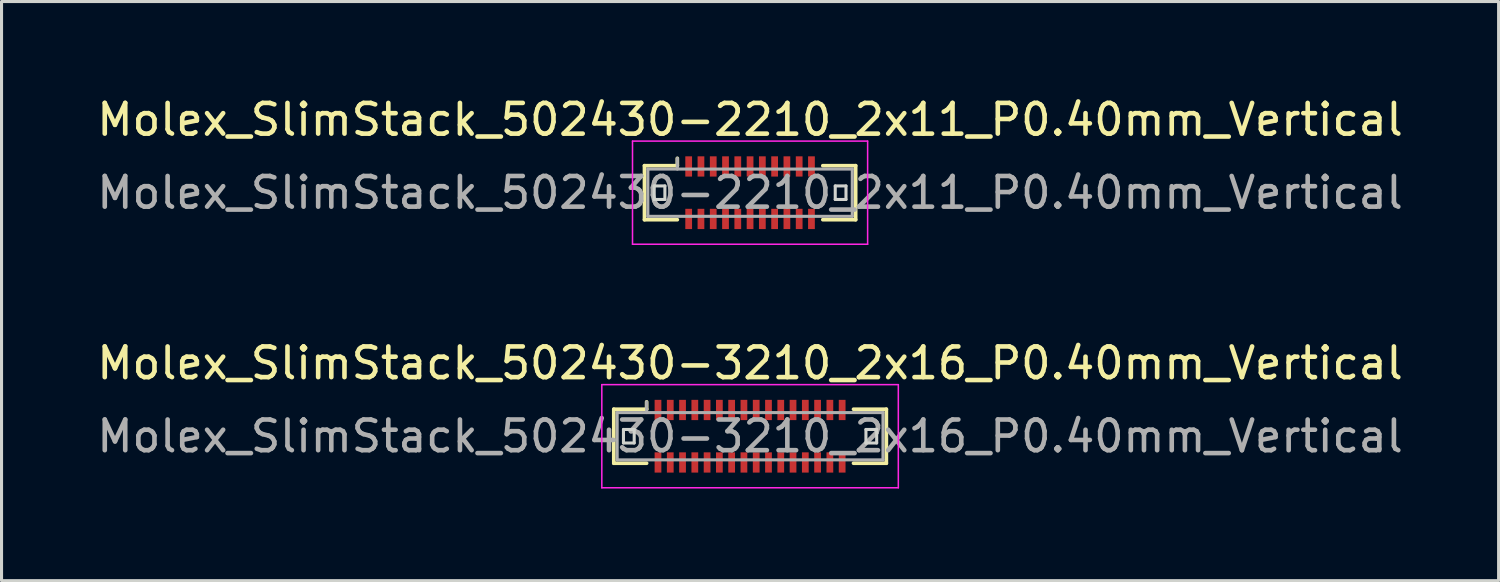
<source format=kicad_pcb>
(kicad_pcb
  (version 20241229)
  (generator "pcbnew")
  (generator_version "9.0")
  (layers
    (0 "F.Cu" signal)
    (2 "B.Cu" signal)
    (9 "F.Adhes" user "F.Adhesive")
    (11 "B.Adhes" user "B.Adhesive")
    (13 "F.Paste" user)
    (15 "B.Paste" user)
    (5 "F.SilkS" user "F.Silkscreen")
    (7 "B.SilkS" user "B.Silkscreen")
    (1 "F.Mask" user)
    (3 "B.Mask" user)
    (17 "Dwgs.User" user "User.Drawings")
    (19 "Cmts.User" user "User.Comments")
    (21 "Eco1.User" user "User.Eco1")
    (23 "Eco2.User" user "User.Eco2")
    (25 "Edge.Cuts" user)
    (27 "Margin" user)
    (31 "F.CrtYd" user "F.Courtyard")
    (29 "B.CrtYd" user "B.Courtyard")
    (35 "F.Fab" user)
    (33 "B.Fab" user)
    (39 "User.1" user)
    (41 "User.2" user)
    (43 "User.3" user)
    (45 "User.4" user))
  (footprint "Molex_SlimStack_502430-3210_2x16_P0.40mm_Vertical"
    (layer "F.Cu")
    (at 21.387 11.162)
    (property "Reference" "Molex_SlimStack_502430-3210_2x16_P0.40mm_Vertical" (at 0 -2.38 0) (layer "F.SilkS") (effects (font (size 1 1) (thickness 0.15))))
    (attr smd)
    (fp_line (start -4.44 -0.88) (end -3.37 -0.88) (stroke (width 0.12) (type solid)) (layer "F.SilkS"))
    (fp_line (start -4.44 0.88) (end -4.44 -0.88) (stroke (width 0.12) (type solid)) (layer "F.SilkS"))
    (fp_line (start -3.37 -0.88) (end -3.37 -1.12) (stroke (width 0.12) (type solid)) (layer "F.SilkS"))
    (fp_line (start -3.37 0.88) (end -4.44 0.88) (stroke (width 0.12) (type solid)) (layer "F.SilkS"))
    (fp_line (start 3.37 0.88) (end 4.44 0.88) (stroke (width 0.12) (type solid)) (layer "F.SilkS"))
    (fp_line (start 4.44 -0.88) (end 3.37 -0.88) (stroke (width 0.12) (type solid)) (layer "F.SilkS"))
    (fp_line (start 4.44 0.88) (end 4.44 -0.88) (stroke (width 0.12) (type solid)) (layer "F.SilkS"))
    (fp_line (start -4.125 -0.22) (end -4.125 0.22) (stroke (width 0.1) (type solid)) (layer "Edge.Cuts"))
    (fp_line (start -4.125 0.22) (end -3.775 0.22) (stroke (width 0.1) (type solid)) (layer "Edge.Cuts"))
    (fp_line (start -3.775 -0.22) (end -4.125 -0.22) (stroke (width 0.1) (type solid)) (layer "Edge.Cuts"))
    (fp_line (start -3.775 0.22) (end -3.775 -0.22) (stroke (width 0.1) (type solid)) (layer "Edge.Cuts"))
    (fp_line (start 3.775 -0.22) (end 3.775 0.22) (stroke (width 0.1) (type solid)) (layer "Edge.Cuts"))
    (fp_line (start 3.775 0.22) (end 4.125 0.22) (stroke (width 0.1) (type solid)) (layer "Edge.Cuts"))
    (fp_line (start 4.125 -0.22) (end 3.775 -0.22) (stroke (width 0.1) (type solid)) (layer "Edge.Cuts"))
    (fp_line (start 4.125 0.22) (end 4.125 -0.22) (stroke (width 0.1) (type solid)) (layer "Edge.Cuts"))
    (fp_line (start -4.83 -1.68) (end -4.83 1.68) (stroke (width 0.05) (type solid)) (layer "F.CrtYd"))
    (fp_line (start -4.83 1.68) (end 4.83 1.68) (stroke (width 0.05) (type solid)) (layer "F.CrtYd"))
    (fp_line (start 4.83 -1.68) (end -4.83 -1.68) (stroke (width 0.05) (type solid)) (layer "F.CrtYd"))
    (fp_line (start 4.83 1.68) (end 4.83 -1.68) (stroke (width 0.05) (type solid)) (layer "F.CrtYd"))
    (fp_line (start -4.33 -0.77) (end -4.33 0.77) (stroke (width 0.1) (type solid)) (layer "F.Fab"))
    (fp_line (start -4.33 0.77) (end 4.33 0.77) (stroke (width 0.1) (type solid)) (layer "F.Fab"))
    (fp_line (start -3.37 -0.77) (end -3.37 -1.12) (stroke (width 0.1) (type solid)) (layer "F.Fab"))
    (fp_line (start 4.33 -0.77) (end -4.33 -0.77) (stroke (width 0.1) (type solid)) (layer "F.Fab"))
    (fp_line (start 4.33 0.77) (end 4.33 -0.77) (stroke (width 0.1) (type solid)) (layer "F.Fab"))
    (fp_text user "${REFERENCE}" (at 0 0 0) (layer "F.Fab") (effects (font (size 1 1) (thickness 0.15))))
    (pad "1" smd rect (at -3 -0.855) (size 0.22 0.66) (layers "F.Cu" "F.Mask" "F.Paste"))
    (pad "2" smd rect (at -3 0.855) (size 0.22 0.66) (layers "F.Cu" "F.Mask" "F.Paste"))
    (pad "3" smd rect (at -2.6 -0.855) (size 0.22 0.66) (layers "F.Cu" "F.Mask" "F.Paste"))
    (pad "4" smd rect (at -2.6 0.855) (size 0.22 0.66) (layers "F.Cu" "F.Mask" "F.Paste"))
    (pad "5" smd rect (at -2.2 -0.855) (size 0.22 0.66) (layers "F.Cu" "F.Mask" "F.Paste"))
    (pad "6" smd rect (at -2.2 0.855) (size 0.22 0.66) (layers "F.Cu" "F.Mask" "F.Paste"))
    (pad "7" smd rect (at -1.8 -0.855) (size 0.22 0.66) (layers "F.Cu" "F.Mask" "F.Paste"))
    (pad "8" smd rect (at -1.8 0.855) (size 0.22 0.66) (layers "F.Cu" "F.Mask" "F.Paste"))
    (pad "9" smd rect (at -1.4 -0.855) (size 0.22 0.66) (layers "F.Cu" "F.Mask" "F.Paste"))
    (pad "10" smd rect (at -1.4 0.855) (size 0.22 0.66) (layers "F.Cu" "F.Mask" "F.Paste"))
    (pad "11" smd rect (at -1 -0.855) (size 0.22 0.66) (layers "F.Cu" "F.Mask" "F.Paste"))
    (pad "12" smd rect (at -1 0.855) (size 0.22 0.66) (layers "F.Cu" "F.Mask" "F.Paste"))
    (pad "13" smd rect (at -0.6 -0.855) (size 0.22 0.66) (layers "F.Cu" "F.Mask" "F.Paste"))
    (pad "14" smd rect (at -0.6 0.855) (size 0.22 0.66) (layers "F.Cu" "F.Mask" "F.Paste"))
    (pad "15" smd rect (at -0.2 -0.855) (size 0.22 0.66) (layers "F.Cu" "F.Mask" "F.Paste"))
    (pad "16" smd rect (at -0.2 0.855) (size 0.22 0.66) (layers "F.Cu" "F.Mask" "F.Paste"))
    (pad "17" smd rect (at 0.2 -0.855) (size 0.22 0.66) (layers "F.Cu" "F.Mask" "F.Paste"))
    (pad "18" smd rect (at 0.2 0.855) (size 0.22 0.66) (layers "F.Cu" "F.Mask" "F.Paste"))
    (pad "19" smd rect (at 0.6 -0.855) (size 0.22 0.66) (layers "F.Cu" "F.Mask" "F.Paste"))
    (pad "20" smd rect (at 0.6 0.855) (size 0.22 0.66) (layers "F.Cu" "F.Mask" "F.Paste"))
    (pad "21" smd rect (at 1 -0.855) (size 0.22 0.66) (layers "F.Cu" "F.Mask" "F.Paste"))
    (pad "22" smd rect (at 1 0.855) (size 0.22 0.66) (layers "F.Cu" "F.Mask" "F.Paste"))
    (pad "23" smd rect (at 1.4 -0.855) (size 0.22 0.66) (layers "F.Cu" "F.Mask" "F.Paste"))
    (pad "24" smd rect (at 1.4 0.855) (size 0.22 0.66) (layers "F.Cu" "F.Mask" "F.Paste"))
    (pad "25" smd rect (at 1.8 -0.855) (size 0.22 0.66) (layers "F.Cu" "F.Mask" "F.Paste"))
    (pad "26" smd rect (at 1.8 0.855) (size 0.22 0.66) (layers "F.Cu" "F.Mask" "F.Paste"))
    (pad "27" smd rect (at 2.2 -0.855) (size 0.22 0.66) (layers "F.Cu" "F.Mask" "F.Paste"))
    (pad "28" smd rect (at 2.2 0.855) (size 0.22 0.66) (layers "F.Cu" "F.Mask" "F.Paste"))
    (pad "29" smd rect (at 2.6 -0.855) (size 0.22 0.66) (layers "F.Cu" "F.Mask" "F.Paste"))
    (pad "30" smd rect (at 2.6 0.855) (size 0.22 0.66) (layers "F.Cu" "F.Mask" "F.Paste"))
    (pad "31" smd rect (at 3 -0.855) (size 0.22 0.66) (layers "F.Cu" "F.Mask" "F.Paste"))
    (pad "32" smd rect (at 3 0.855) (size 0.22 0.66) (layers "F.Cu" "F.Mask" "F.Paste")))
  (footprint "Molex_SlimStack_502430-2210_2x11_P0.40mm_Vertical"
    (layer "F.Cu")
    (at 21.387 3.228)
    (property "Reference" "Molex_SlimStack_502430-2210_2x11_P0.40mm_Vertical" (at 0 -2.38 0) (layer "F.SilkS") (effects (font (size 1 1) (thickness 0.15))))
    (attr smd)
    (fp_line (start -3.44 -0.88) (end -2.37 -0.88) (stroke (width 0.12) (type solid)) (layer "F.SilkS"))
    (fp_line (start -3.44 0.88) (end -3.44 -0.88) (stroke (width 0.12) (type solid)) (layer "F.SilkS"))
    (fp_line (start -2.37 -0.88) (end -2.37 -1.12) (stroke (width 0.12) (type solid)) (layer "F.SilkS"))
    (fp_line (start -2.37 0.88) (end -3.44 0.88) (stroke (width 0.12) (type solid)) (layer "F.SilkS"))
    (fp_line (start 2.37 0.88) (end 3.44 0.88) (stroke (width 0.12) (type solid)) (layer "F.SilkS"))
    (fp_line (start 3.44 -0.88) (end 2.37 -0.88) (stroke (width 0.12) (type solid)) (layer "F.SilkS"))
    (fp_line (start 3.44 0.88) (end 3.44 -0.88) (stroke (width 0.12) (type solid)) (layer "F.SilkS"))
    (fp_line (start -3.125 -0.22) (end -3.125 0.22) (stroke (width 0.1) (type solid)) (layer "Edge.Cuts"))
    (fp_line (start -3.125 0.22) (end -2.775 0.22) (stroke (width 0.1) (type solid)) (layer "Edge.Cuts"))
    (fp_line (start -2.775 -0.22) (end -3.125 -0.22) (stroke (width 0.1) (type solid)) (layer "Edge.Cuts"))
    (fp_line (start -2.775 0.22) (end -2.775 -0.22) (stroke (width 0.1) (type solid)) (layer "Edge.Cuts"))
    (fp_line (start 2.775 -0.22) (end 2.775 0.22) (stroke (width 0.1) (type solid)) (layer "Edge.Cuts"))
    (fp_line (start 2.775 0.22) (end 3.125 0.22) (stroke (width 0.1) (type solid)) (layer "Edge.Cuts"))
    (fp_line (start 3.125 -0.22) (end 2.775 -0.22) (stroke (width 0.1) (type solid)) (layer "Edge.Cuts"))
    (fp_line (start 3.125 0.22) (end 3.125 -0.22) (stroke (width 0.1) (type solid)) (layer "Edge.Cuts"))
    (fp_line (start -3.83 -1.68) (end -3.83 1.68) (stroke (width 0.05) (type solid)) (layer "F.CrtYd"))
    (fp_line (start -3.83 1.68) (end 3.83 1.68) (stroke (width 0.05) (type solid)) (layer "F.CrtYd"))
    (fp_line (start 3.83 -1.68) (end -3.83 -1.68) (stroke (width 0.05) (type solid)) (layer "F.CrtYd"))
    (fp_line (start 3.83 1.68) (end 3.83 -1.68) (stroke (width 0.05) (type solid)) (layer "F.CrtYd"))
    (fp_line (start -3.33 -0.77) (end -3.33 0.77) (stroke (width 0.1) (type solid)) (layer "F.Fab"))
    (fp_line (start -3.33 0.77) (end 3.33 0.77) (stroke (width 0.1) (type solid)) (layer "F.Fab"))
    (fp_line (start -2.37 -0.77) (end -2.37 -1.12) (stroke (width 0.1) (type solid)) (layer "F.Fab"))
    (fp_line (start 3.33 -0.77) (end -3.33 -0.77) (stroke (width 0.1) (type solid)) (layer "F.Fab"))
    (fp_line (start 3.33 0.77) (end 3.33 -0.77) (stroke (width 0.1) (type solid)) (layer "F.Fab"))
    (fp_text user "${REFERENCE}" (at 0 0 0) (layer "F.Fab") (effects (font (size 1 1) (thickness 0.15))))
    (pad "1" smd rect (at -2 -0.855) (size 0.22 0.66) (layers "F.Cu" "F.Mask" "F.Paste"))
    (pad "2" smd rect (at -2 0.855) (size 0.22 0.66) (layers "F.Cu" "F.Mask" "F.Paste"))
    (pad "3" smd rect (at -1.6 -0.855) (size 0.22 0.66) (layers "F.Cu" "F.Mask" "F.Paste"))
    (pad "4" smd rect (at -1.6 0.855) (size 0.22 0.66) (layers "F.Cu" "F.Mask" "F.Paste"))
    (pad "5" smd rect (at -1.2 -0.855) (size 0.22 0.66) (layers "F.Cu" "F.Mask" "F.Paste"))
    (pad "6" smd rect (at -1.2 0.855) (size 0.22 0.66) (layers "F.Cu" "F.Mask" "F.Paste"))
    (pad "7" smd rect (at -0.8 -0.855) (size 0.22 0.66) (layers "F.Cu" "F.Mask" "F.Paste"))
    (pad "8" smd rect (at -0.8 0.855) (size 0.22 0.66) (layers "F.Cu" "F.Mask" "F.Paste"))
    (pad "9" smd rect (at -0.4 -0.855) (size 0.22 0.66) (layers "F.Cu" "F.Mask" "F.Paste"))
    (pad "10" smd rect (at -0.4 0.855) (size 0.22 0.66) (layers "F.Cu" "F.Mask" "F.Paste"))
    (pad "11" smd rect (at 0 -0.855) (size 0.22 0.66) (layers "F.Cu" "F.Mask" "F.Paste"))
    (pad "12" smd rect (at 0 0.855) (size 0.22 0.66) (layers "F.Cu" "F.Mask" "F.Paste"))
    (pad "13" smd rect (at 0.4 -0.855) (size 0.22 0.66) (layers "F.Cu" "F.Mask" "F.Paste"))
    (pad "14" smd rect (at 0.4 0.855) (size 0.22 0.66) (layers "F.Cu" "F.Mask" "F.Paste"))
    (pad "15" smd rect (at 0.8 -0.855) (size 0.22 0.66) (layers "F.Cu" "F.Mask" "F.Paste"))
    (pad "16" smd rect (at 0.8 0.855) (size 0.22 0.66) (layers "F.Cu" "F.Mask" "F.Paste"))
    (pad "17" smd rect (at 1.2 -0.855) (size 0.22 0.66) (layers "F.Cu" "F.Mask" "F.Paste"))
    (pad "18" smd rect (at 1.2 0.855) (size 0.22 0.66) (layers "F.Cu" "F.Mask" "F.Paste"))
    (pad "19" smd rect (at 1.6 -0.855) (size 0.22 0.66) (layers "F.Cu" "F.Mask" "F.Paste"))
    (pad "20" smd rect (at 1.6 0.855) (size 0.22 0.66) (layers "F.Cu" "F.Mask" "F.Paste"))
    (pad "21" smd rect (at 2 -0.855) (size 0.22 0.66) (layers "F.Cu" "F.Mask" "F.Paste"))
    (pad "22" smd rect (at 2 0.855) (size 0.22 0.66) (layers "F.Cu" "F.Mask" "F.Paste")))
  (gr_rect
    (start -3 -3)
    (end 45.774 15.867)
    (stroke (width 0.1) (type default))
    (fill no)
    (layer "Edge.Cuts")))
</source>
